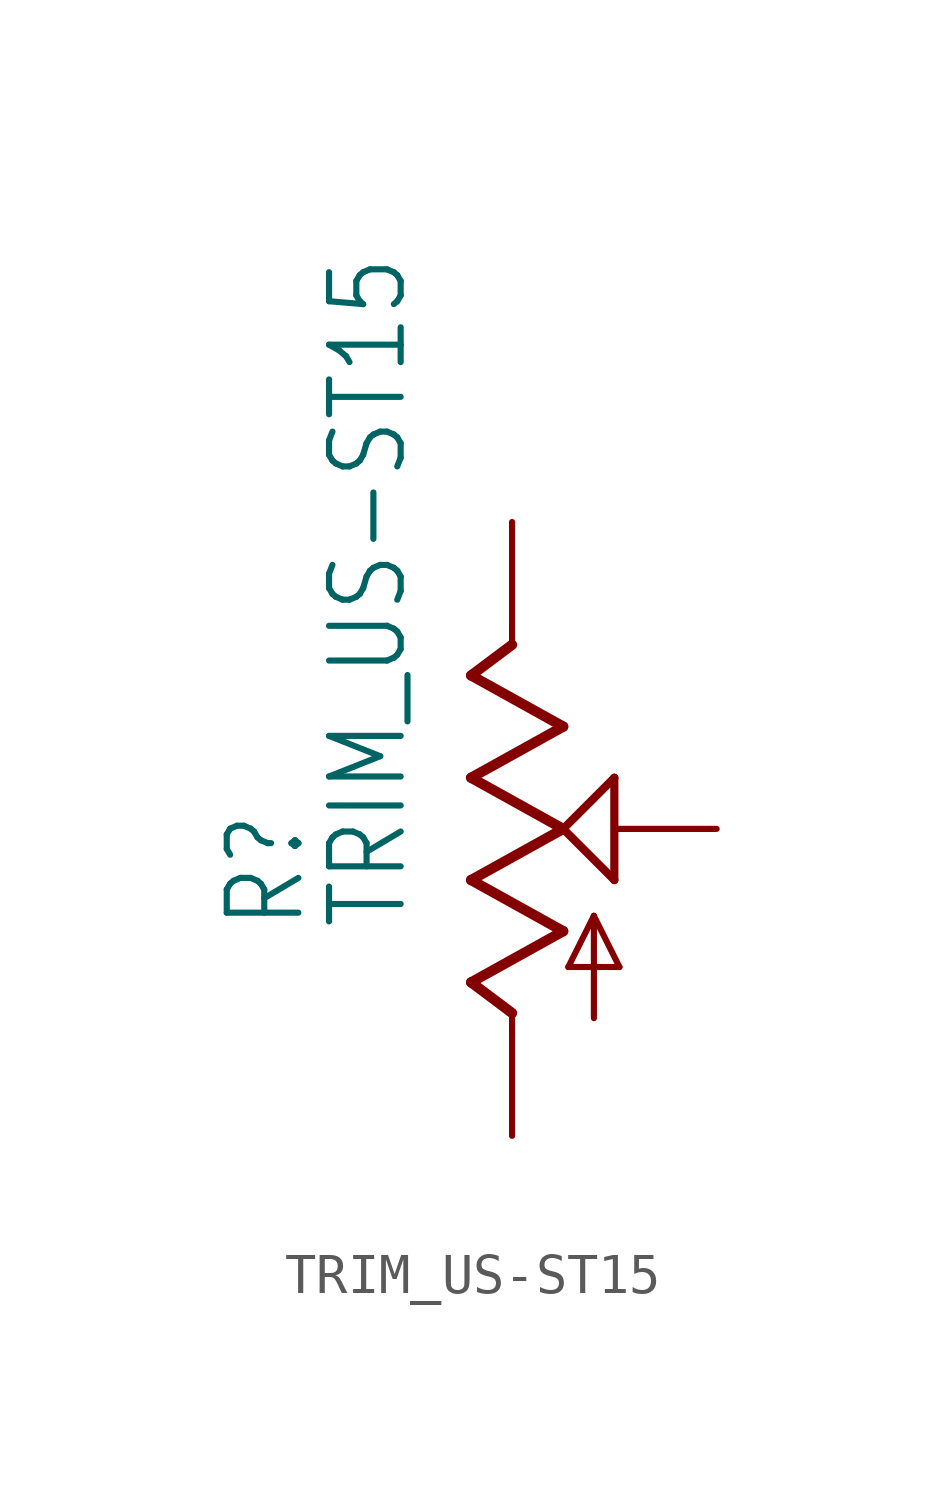
<source format=kicad_sym>
(kicad_symbol_lib
  (version 20211014)
  (generator kicad_symbol_editor)
  (symbol "TRIM_US-ST15"
    (property "Reference" "R"
      (at -5.08 -2.54 90)
      (effects (font (size 1.778 1.511)) (justify left bottom)))
    (property "Value" "TRIM_US-ST15"
      (at -2.54 -2.54 90)
      (effects (font (size 1.778 1.511)) (justify left bottom)))
    (property "ki_locked" ""
      (at 0 0 0)
      (effects (font (size 1.27 1.27))))
    (symbol "TRIM_US-ST15_1_0"
      (polyline (pts (xy -1.016 -3.81) (xy 1.27 -2.54)) (stroke (width 0.254) (type default) (color 0 0 0 0)) (fill (type none)))
      (polyline (pts (xy -1.016 -1.27) (xy 1.27 0)) (stroke (width 0.254) (type default) (color 0 0 0 0)) (fill (type none)))
      (polyline (pts (xy -1.016 1.27) (xy 1.27 2.54)) (stroke (width 0.254) (type default) (color 0 0 0 0)) (fill (type none)))
      (polyline (pts (xy -1.016 3.81) (xy 0 4.572)) (stroke (width 0.254) (type default) (color 0 0 0 0)) (fill (type none)))
      (polyline (pts (xy 0 -5.08) (xy 0 -4.572)) (stroke (width 0.152) (type default) (color 0 0 0 0)) (fill (type none)))
      (polyline (pts (xy 0 -4.572) (xy -1.016 -3.81)) (stroke (width 0.254) (type default) (color 0 0 0 0)) (fill (type none)))
      (polyline (pts (xy 0 4.572) (xy 0 5.08)) (stroke (width 0.152) (type default) (color 0 0 0 0)) (fill (type none)))
      (polyline (pts (xy 1.27 -2.54) (xy -1.016 -1.27)) (stroke (width 0.254) (type default) (color 0 0 0 0)) (fill (type none)))
      (polyline (pts (xy 1.27 0) (xy -1.016 1.27)) (stroke (width 0.254) (type default) (color 0 0 0 0)) (fill (type none)))
      (polyline (pts (xy 1.27 0) (xy 2.54 1.27)) (stroke (width 0.203) (type default) (color 0 0 0 0)) (fill (type none)))
      (polyline (pts (xy 1.27 2.54) (xy -1.016 3.81)) (stroke (width 0.254) (type default) (color 0 0 0 0)) (fill (type none)))
      (polyline (pts (xy 1.397 -3.429) (xy 2.032 -2.159)) (stroke (width 0.152) (type default) (color 0 0 0 0)) (fill (type none)))
      (polyline (pts (xy 2.032 -4.699) (xy 2.032 -2.159)) (stroke (width 0.152) (type default) (color 0 0 0 0)) (fill (type none)))
      (polyline (pts (xy 2.032 -2.159) (xy 2.667 -3.429)) (stroke (width 0.152) (type default) (color 0 0 0 0)) (fill (type none)))
      (polyline (pts (xy 2.54 -1.27) (xy 1.27 0)) (stroke (width 0.203) (type default) (color 0 0 0 0)) (fill (type none)))
      (polyline (pts (xy 2.54 1.27) (xy 2.54 -1.27)) (stroke (width 0.203) (type default) (color 0 0 0 0)) (fill (type none)))
      (polyline (pts (xy 2.667 -3.429) (xy 1.397 -3.429)) (stroke (width 0.152) (type default) (color 0 0 0 0)) (fill (type none)))
      (pin passive line (at 0 -7.62 90) (length 2.54) (name "A" (effects (font (size 0 0)))) (number "A" (effects (font (size 0 0)))))
      (pin passive line (at 0 7.62 270) (length 2.54) (name "E" (effects (font (size 0 0)))) (number "E" (effects (font (size 0 0)))))
      (pin passive line (at 5.08 0 180) (length 2.54) (name "S" (effects (font (size 0 0)))) (number "S" (effects (font (size 0 0))))))))
</source>
